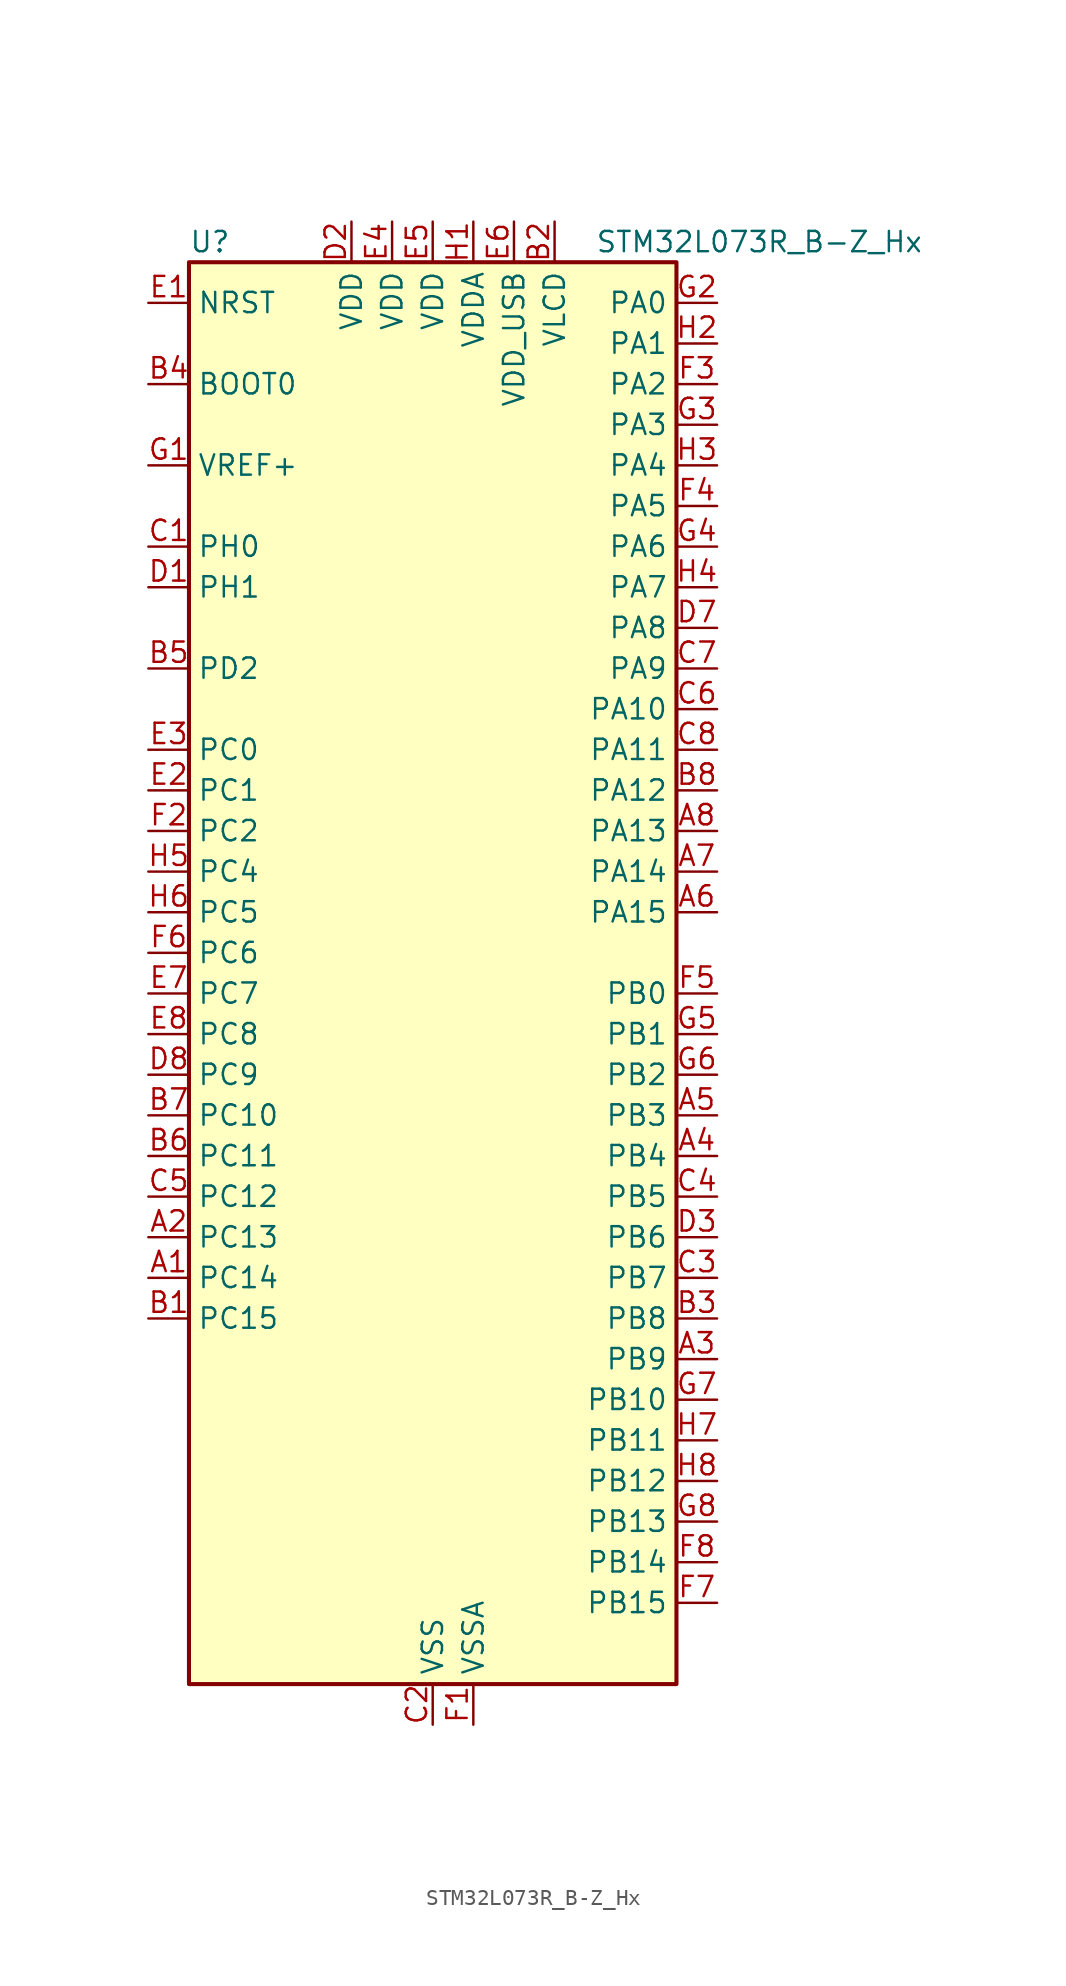
<source format=kicad_sym>
(kicad_symbol_lib
  (version 20231120)
  (generator "kicad_symbol_editor")
  (generator_version "8.0")
  (symbol "STM32L073R_B-Z_Hx"
    (property "Reference" "U"
      (at -15.24 46.99 0)
      (effects (font (size 1.27 1.27)) (justify left)))
    (property "Value" "STM32L073R_B-Z_Hx"
      (at 10.16 46.99 0)
      (effects (font (size 1.27 1.27)) (justify left)))
    (property "ki_locked" ""
      (at 0 0 0)
      (effects (font (size 1.27 1.27))))
    (symbol "STM32L073R_B-Z_Hx_0_1"
      (rectangle (start -15.24 -43.18) (end 15.24 45.72) (stroke (width 0.254) (type default)) (fill (type background))))
    (symbol "STM32L073R_B-Z_Hx_1_1"
      (pin bidirectional line (at -17.78 -17.78 0) (length 2.54) (name "PC14" (effects (font (size 1.27 1.27)))) (number "A1" (effects (font (size 1.27 1.27)))) (alternate "RCC_OSC32_IN" bidirectional line))
      (pin bidirectional line (at -17.78 -15.24 0) (length 2.54) (name "PC13" (effects (font (size 1.27 1.27)))) (number "A2" (effects (font (size 1.27 1.27)))) (alternate "RTC_OUT_ALARM" bidirectional line) (alternate "RTC_OUT_CALIB" bidirectional line) (alternate "RTC_TAMP1" bidirectional line) (alternate "RTC_TS" bidirectional line) (alternate "SYS_WKUP2" bidirectional line))
      (pin bidirectional line (at 17.78 -22.86 180) (length 2.54) (name "PB9" (effects (font (size 1.27 1.27)))) (number "A3" (effects (font (size 1.27 1.27)))) (alternate "DAC_EXTI9" bidirectional line) (alternate "I2C1_SDA" bidirectional line) (alternate "I2S2_WS" bidirectional line) (alternate "LCD_COM3" bidirectional line) (alternate "SPI2_NSS" bidirectional line))
      (pin bidirectional line (at 17.78 -10.16 180) (length 2.54) (name "PB4" (effects (font (size 1.27 1.27)))) (number "A4" (effects (font (size 1.27 1.27)))) (alternate "COMP2_INP" bidirectional line) (alternate "I2C3_SDA" bidirectional line) (alternate "LCD_SEG8" bidirectional line) (alternate "SPI1_MISO" bidirectional line) (alternate "TIM22_CH1" bidirectional line) (alternate "TIM3_CH1" bidirectional line) (alternate "TSC_G5_IO2" bidirectional line) (alternate "USART1_CTS" bidirectional line) (alternate "USART5_RX" bidirectional line))
      (pin bidirectional line (at 17.78 -7.62 180) (length 2.54) (name "PB3" (effects (font (size 1.27 1.27)))) (number "A5" (effects (font (size 1.27 1.27)))) (alternate "COMP2_INM" bidirectional line) (alternate "LCD_SEG7" bidirectional line) (alternate "SPI1_SCK" bidirectional line) (alternate "TIM2_CH2" bidirectional line) (alternate "TSC_G5_IO1" bidirectional line) (alternate "USART1_DE" bidirectional line) (alternate "USART1_RTS" bidirectional line) (alternate "USART5_TX" bidirectional line))
      (pin bidirectional line (at 17.78 5.08 180) (length 2.54) (name "PA15" (effects (font (size 1.27 1.27)))) (number "A6" (effects (font (size 1.27 1.27)))) (alternate "LCD_SEG17" bidirectional line) (alternate "SPI1_NSS" bidirectional line) (alternate "TIM2_CH1" bidirectional line) (alternate "TIM2_ETR" bidirectional line) (alternate "USART2_RX" bidirectional line) (alternate "USART4_DE" bidirectional line) (alternate "USART4_RTS" bidirectional line))
      (pin bidirectional line (at 17.78 7.62 180) (length 2.54) (name "PA14" (effects (font (size 1.27 1.27)))) (number "A7" (effects (font (size 1.27 1.27)))) (alternate "LPUART1_TX" bidirectional line) (alternate "SYS_SWCLK" bidirectional line) (alternate "USART2_TX" bidirectional line))
      (pin bidirectional line (at 17.78 10.16 180) (length 2.54) (name "PA13" (effects (font (size 1.27 1.27)))) (number "A8" (effects (font (size 1.27 1.27)))) (alternate "LPUART1_RX" bidirectional line) (alternate "SYS_SWDIO" bidirectional line) (alternate "USB_NOE" bidirectional line))
      (pin bidirectional line (at -17.78 -20.32 0) (length 2.54) (name "PC15" (effects (font (size 1.27 1.27)))) (number "B1" (effects (font (size 1.27 1.27)))) (alternate "RCC_OSC32_OUT" bidirectional line))
      (pin power_in line (at 7.62 48.26 270) (length 2.54) (name "VLCD" (effects (font (size 1.27 1.27)))) (number "B2" (effects (font (size 1.27 1.27)))))
      (pin bidirectional line (at 17.78 -20.32 180) (length 2.54) (name "PB8" (effects (font (size 1.27 1.27)))) (number "B3" (effects (font (size 1.27 1.27)))) (alternate "I2C1_SCL" bidirectional line) (alternate "LCD_SEG16" bidirectional line) (alternate "TSC_SYNC" bidirectional line))
      (pin input line (at -17.78 38.1 0) (length 2.54) (name "BOOT0" (effects (font (size 1.27 1.27)))) (number "B4" (effects (font (size 1.27 1.27)))))
      (pin bidirectional line (at -17.78 20.32 0) (length 2.54) (name "PD2" (effects (font (size 1.27 1.27)))) (number "B5" (effects (font (size 1.27 1.27)))) (alternate "LCD_COM7" bidirectional line) (alternate "LCD_SEG31" bidirectional line) (alternate "LPUART1_DE" bidirectional line) (alternate "LPUART1_RTS" bidirectional line) (alternate "TIM3_ETR" bidirectional line) (alternate "USART5_RX" bidirectional line))
      (pin bidirectional line (at -17.78 -10.16 0) (length 2.54) (name "PC11" (effects (font (size 1.27 1.27)))) (number "B6" (effects (font (size 1.27 1.27)))) (alternate "ADC_EXTI11" bidirectional line) (alternate "LCD_COM5" bidirectional line) (alternate "LCD_SEG29" bidirectional line) (alternate "LPUART1_RX" bidirectional line) (alternate "USART4_RX" bidirectional line))
      (pin bidirectional line (at -17.78 -7.62 0) (length 2.54) (name "PC10" (effects (font (size 1.27 1.27)))) (number "B7" (effects (font (size 1.27 1.27)))) (alternate "LCD_COM4" bidirectional line) (alternate "LCD_SEG28" bidirectional line) (alternate "LPUART1_TX" bidirectional line) (alternate "USART4_TX" bidirectional line))
      (pin bidirectional line (at 17.78 12.7 180) (length 2.54) (name "PA12" (effects (font (size 1.27 1.27)))) (number "B8" (effects (font (size 1.27 1.27)))) (alternate "COMP2_OUT" bidirectional line) (alternate "SPI1_MOSI" bidirectional line) (alternate "TSC_G4_IO4" bidirectional line) (alternate "USART1_DE" bidirectional line) (alternate "USART1_RTS" bidirectional line) (alternate "USB_DP" bidirectional line))
      (pin bidirectional line (at -17.78 27.94 0) (length 2.54) (name "PH0" (effects (font (size 1.27 1.27)))) (number "C1" (effects (font (size 1.27 1.27)))) (alternate "CRS_SYNC" bidirectional line) (alternate "RCC_OSC_IN" bidirectional line))
      (pin power_in line (at 0 -45.72 90) (length 2.54) (name "VSS" (effects (font (size 1.27 1.27)))) (number "C2" (effects (font (size 1.27 1.27)))))
      (pin bidirectional line (at 17.78 -17.78 180) (length 2.54) (name "PB7" (effects (font (size 1.27 1.27)))) (number "C3" (effects (font (size 1.27 1.27)))) (alternate "COMP2_INP" bidirectional line) (alternate "I2C1_SDA" bidirectional line) (alternate "LPTIM1_IN2" bidirectional line) (alternate "SYS_PVD_IN" bidirectional line) (alternate "TSC_G5_IO4" bidirectional line) (alternate "USART1_RX" bidirectional line) (alternate "USART4_CTS" bidirectional line))
      (pin bidirectional line (at 17.78 -12.7 180) (length 2.54) (name "PB5" (effects (font (size 1.27 1.27)))) (number "C4" (effects (font (size 1.27 1.27)))) (alternate "COMP2_INP" bidirectional line) (alternate "I2C1_SMBA" bidirectional line) (alternate "LCD_SEG9" bidirectional line) (alternate "LPTIM1_IN1" bidirectional line) (alternate "SPI1_MOSI" bidirectional line) (alternate "TIM22_CH2" bidirectional line) (alternate "TIM3_CH2" bidirectional line) (alternate "USART1_CK" bidirectional line) (alternate "USART5_CK" bidirectional line) (alternate "USART5_DE" bidirectional line) (alternate "USART5_RTS" bidirectional line))
      (pin bidirectional line (at -17.78 -12.7 0) (length 2.54) (name "PC12" (effects (font (size 1.27 1.27)))) (number "C5" (effects (font (size 1.27 1.27)))) (alternate "LCD_COM6" bidirectional line) (alternate "LCD_SEG30" bidirectional line) (alternate "USART4_CK" bidirectional line) (alternate "USART5_TX" bidirectional line))
      (pin bidirectional line (at 17.78 17.78 180) (length 2.54) (name "PA10" (effects (font (size 1.27 1.27)))) (number "C6" (effects (font (size 1.27 1.27)))) (alternate "I2C1_SDA" bidirectional line) (alternate "LCD_COM2" bidirectional line) (alternate "TSC_G4_IO2" bidirectional line) (alternate "USART1_RX" bidirectional line))
      (pin bidirectional line (at 17.78 20.32 180) (length 2.54) (name "PA9" (effects (font (size 1.27 1.27)))) (number "C7" (effects (font (size 1.27 1.27)))) (alternate "DAC_EXTI9" bidirectional line) (alternate "I2C1_SCL" bidirectional line) (alternate "I2C3_SMBA" bidirectional line) (alternate "LCD_COM1" bidirectional line) (alternate "RCC_MCO" bidirectional line) (alternate "TSC_G4_IO1" bidirectional line) (alternate "USART1_TX" bidirectional line))
      (pin bidirectional line (at 17.78 15.24 180) (length 2.54) (name "PA11" (effects (font (size 1.27 1.27)))) (number "C8" (effects (font (size 1.27 1.27)))) (alternate "ADC_EXTI11" bidirectional line) (alternate "COMP1_OUT" bidirectional line) (alternate "SPI1_MISO" bidirectional line) (alternate "TSC_G4_IO3" bidirectional line) (alternate "USART1_CTS" bidirectional line) (alternate "USB_DM" bidirectional line))
      (pin bidirectional line (at -17.78 25.4 0) (length 2.54) (name "PH1" (effects (font (size 1.27 1.27)))) (number "D1" (effects (font (size 1.27 1.27)))) (alternate "RCC_OSC_OUT" bidirectional line))
      (pin power_in line (at -5.08 48.26 270) (length 2.54) (name "VDD" (effects (font (size 1.27 1.27)))) (number "D2" (effects (font (size 1.27 1.27)))))
      (pin bidirectional line (at 17.78 -15.24 180) (length 2.54) (name "PB6" (effects (font (size 1.27 1.27)))) (number "D3" (effects (font (size 1.27 1.27)))) (alternate "COMP2_INP" bidirectional line) (alternate "I2C1_SCL" bidirectional line) (alternate "LPTIM1_ETR" bidirectional line) (alternate "TSC_G5_IO3" bidirectional line) (alternate "USART1_TX" bidirectional line))
      (pin passive line (at 0 -45.72 90) (length 2.54) hide (name "VSS" (effects (font (size 1.27 1.27)))) (number "D4" (effects (font (size 1.27 1.27)))))
      (pin passive line (at 0 -45.72 90) (length 2.54) hide (name "VSS" (effects (font (size 1.27 1.27)))) (number "D5" (effects (font (size 1.27 1.27)))))
      (pin passive line (at 0 -45.72 90) (length 2.54) hide (name "VSS" (effects (font (size 1.27 1.27)))) (number "D6" (effects (font (size 1.27 1.27)))))
      (pin bidirectional line (at 17.78 22.86 180) (length 2.54) (name "PA8" (effects (font (size 1.27 1.27)))) (number "D7" (effects (font (size 1.27 1.27)))) (alternate "CRS_SYNC" bidirectional line) (alternate "I2C3_SCL" bidirectional line) (alternate "LCD_COM0" bidirectional line) (alternate "RCC_MCO" bidirectional line) (alternate "USART1_CK" bidirectional line))
      (pin bidirectional line (at -17.78 -5.08 0) (length 2.54) (name "PC9" (effects (font (size 1.27 1.27)))) (number "D8" (effects (font (size 1.27 1.27)))) (alternate "DAC_EXTI9" bidirectional line) (alternate "I2C3_SDA" bidirectional line) (alternate "LCD_SEG27" bidirectional line) (alternate "TIM21_ETR" bidirectional line) (alternate "TIM3_CH4" bidirectional line) (alternate "TSC_G8_IO4" bidirectional line) (alternate "USB_NOE" bidirectional line))
      (pin input line (at -17.78 43.18 0) (length 2.54) (name "NRST" (effects (font (size 1.27 1.27)))) (number "E1" (effects (font (size 1.27 1.27)))))
      (pin bidirectional line (at -17.78 12.7 0) (length 2.54) (name "PC1" (effects (font (size 1.27 1.27)))) (number "E2" (effects (font (size 1.27 1.27)))) (alternate "ADC_IN11" bidirectional line) (alternate "I2C3_SDA" bidirectional line) (alternate "LCD_SEG19" bidirectional line) (alternate "LPTIM1_OUT" bidirectional line) (alternate "LPUART1_TX" bidirectional line) (alternate "TSC_G7_IO2" bidirectional line))
      (pin bidirectional line (at -17.78 15.24 0) (length 2.54) (name "PC0" (effects (font (size 1.27 1.27)))) (number "E3" (effects (font (size 1.27 1.27)))) (alternate "ADC_IN10" bidirectional line) (alternate "I2C3_SCL" bidirectional line) (alternate "LCD_SEG18" bidirectional line) (alternate "LPTIM1_IN1" bidirectional line) (alternate "LPUART1_RX" bidirectional line) (alternate "TSC_G7_IO1" bidirectional line))
      (pin power_in line (at -2.54 48.26 270) (length 2.54) (name "VDD" (effects (font (size 1.27 1.27)))) (number "E4" (effects (font (size 1.27 1.27)))))
      (pin power_in line (at 0 48.26 270) (length 2.54) (name "VDD" (effects (font (size 1.27 1.27)))) (number "E5" (effects (font (size 1.27 1.27)))))
      (pin power_in line (at 5.08 48.26 270) (length 2.54) (name "VDD_USB" (effects (font (size 1.27 1.27)))) (number "E6" (effects (font (size 1.27 1.27)))))
      (pin bidirectional line (at -17.78 0 0) (length 2.54) (name "PC7" (effects (font (size 1.27 1.27)))) (number "E7" (effects (font (size 1.27 1.27)))) (alternate "LCD_SEG25" bidirectional line) (alternate "TIM22_CH2" bidirectional line) (alternate "TIM3_CH2" bidirectional line) (alternate "TSC_G8_IO2" bidirectional line))
      (pin bidirectional line (at -17.78 -2.54 0) (length 2.54) (name "PC8" (effects (font (size 1.27 1.27)))) (number "E8" (effects (font (size 1.27 1.27)))) (alternate "LCD_SEG26" bidirectional line) (alternate "TIM22_ETR" bidirectional line) (alternate "TIM3_CH3" bidirectional line) (alternate "TSC_G8_IO3" bidirectional line))
      (pin power_in line (at 2.54 -45.72 90) (length 2.54) (name "VSSA" (effects (font (size 1.27 1.27)))) (number "F1" (effects (font (size 1.27 1.27)))))
      (pin bidirectional line (at -17.78 10.16 0) (length 2.54) (name "PC2" (effects (font (size 1.27 1.27)))) (number "F2" (effects (font (size 1.27 1.27)))) (alternate "ADC_IN12" bidirectional line) (alternate "I2S2_MCK" bidirectional line) (alternate "LCD_SEG20" bidirectional line) (alternate "LPTIM1_IN2" bidirectional line) (alternate "SPI2_MISO" bidirectional line) (alternate "TSC_G7_IO3" bidirectional line))
      (pin bidirectional line (at 17.78 38.1 180) (length 2.54) (name "PA2" (effects (font (size 1.27 1.27)))) (number "F3" (effects (font (size 1.27 1.27)))) (alternate "ADC_IN2" bidirectional line) (alternate "COMP2_INM" bidirectional line) (alternate "COMP2_OUT" bidirectional line) (alternate "LCD_SEG1" bidirectional line) (alternate "LPUART1_TX" bidirectional line) (alternate "TIM21_CH1" bidirectional line) (alternate "TIM2_CH3" bidirectional line) (alternate "TSC_G1_IO3" bidirectional line) (alternate "USART2_TX" bidirectional line))
      (pin bidirectional line (at 17.78 30.48 180) (length 2.54) (name "PA5" (effects (font (size 1.27 1.27)))) (number "F4" (effects (font (size 1.27 1.27)))) (alternate "ADC_IN5" bidirectional line) (alternate "COMP1_INM" bidirectional line) (alternate "COMP2_INM" bidirectional line) (alternate "DAC_OUT2" bidirectional line) (alternate "SPI1_SCK" bidirectional line) (alternate "TIM2_CH1" bidirectional line) (alternate "TIM2_ETR" bidirectional line) (alternate "TSC_G2_IO2" bidirectional line))
      (pin bidirectional line (at 17.78 0 180) (length 2.54) (name "PB0" (effects (font (size 1.27 1.27)))) (number "F5" (effects (font (size 1.27 1.27)))) (alternate "ADC_IN8" bidirectional line) (alternate "LCD_SEG5" bidirectional line) (alternate "LCD_VLCD3" bidirectional line) (alternate "SYS_VREF_OUT_PB0" bidirectional line) (alternate "TIM3_CH3" bidirectional line) (alternate "TSC_G3_IO2" bidirectional line))
      (pin bidirectional line (at -17.78 2.54 0) (length 2.54) (name "PC6" (effects (font (size 1.27 1.27)))) (number "F6" (effects (font (size 1.27 1.27)))) (alternate "LCD_SEG24" bidirectional line) (alternate "TIM22_CH1" bidirectional line) (alternate "TIM3_CH1" bidirectional line) (alternate "TSC_G8_IO1" bidirectional line))
      (pin bidirectional line (at 17.78 -38.1 180) (length 2.54) (name "PB15" (effects (font (size 1.27 1.27)))) (number "F7" (effects (font (size 1.27 1.27)))) (alternate "I2S2_SD" bidirectional line) (alternate "LCD_SEG15" bidirectional line) (alternate "RTC_REFIN" bidirectional line) (alternate "SPI2_MOSI" bidirectional line))
      (pin bidirectional line (at 17.78 -35.56 180) (length 2.54) (name "PB14" (effects (font (size 1.27 1.27)))) (number "F8" (effects (font (size 1.27 1.27)))) (alternate "I2C2_SDA" bidirectional line) (alternate "I2S2_MCK" bidirectional line) (alternate "LCD_SEG14" bidirectional line) (alternate "LPUART1_DE" bidirectional line) (alternate "LPUART1_RTS" bidirectional line) (alternate "RTC_OUT_ALARM" bidirectional line) (alternate "RTC_OUT_CALIB" bidirectional line) (alternate "SPI2_MISO" bidirectional line) (alternate "TIM21_CH2" bidirectional line) (alternate "TSC_G6_IO4" bidirectional line))
      (pin input line (at -17.78 33.02 0) (length 2.54) (name "VREF+" (effects (font (size 1.27 1.27)))) (number "G1" (effects (font (size 1.27 1.27)))))
      (pin bidirectional line (at 17.78 43.18 180) (length 2.54) (name "PA0" (effects (font (size 1.27 1.27)))) (number "G2" (effects (font (size 1.27 1.27)))) (alternate "ADC_IN0" bidirectional line) (alternate "COMP1_INM" bidirectional line) (alternate "COMP1_OUT" bidirectional line) (alternate "RTC_TAMP2" bidirectional line) (alternate "SYS_WKUP1" bidirectional line) (alternate "TIM2_CH1" bidirectional line) (alternate "TIM2_ETR" bidirectional line) (alternate "TSC_G1_IO1" bidirectional line) (alternate "USART2_CTS" bidirectional line) (alternate "USART4_TX" bidirectional line))
      (pin bidirectional line (at 17.78 35.56 180) (length 2.54) (name "PA3" (effects (font (size 1.27 1.27)))) (number "G3" (effects (font (size 1.27 1.27)))) (alternate "ADC_IN3" bidirectional line) (alternate "COMP2_INP" bidirectional line) (alternate "LCD_SEG2" bidirectional line) (alternate "LPUART1_RX" bidirectional line) (alternate "TIM21_CH2" bidirectional line) (alternate "TIM2_CH4" bidirectional line) (alternate "TSC_G1_IO4" bidirectional line) (alternate "USART2_RX" bidirectional line))
      (pin bidirectional line (at 17.78 27.94 180) (length 2.54) (name "PA6" (effects (font (size 1.27 1.27)))) (number "G4" (effects (font (size 1.27 1.27)))) (alternate "ADC_IN6" bidirectional line) (alternate "COMP1_OUT" bidirectional line) (alternate "LCD_SEG3" bidirectional line) (alternate "LPUART1_CTS" bidirectional line) (alternate "SPI1_MISO" bidirectional line) (alternate "TIM22_CH1" bidirectional line) (alternate "TIM3_CH1" bidirectional line) (alternate "TSC_G2_IO3" bidirectional line))
      (pin bidirectional line (at 17.78 -2.54 180) (length 2.54) (name "PB1" (effects (font (size 1.27 1.27)))) (number "G5" (effects (font (size 1.27 1.27)))) (alternate "ADC_IN9" bidirectional line) (alternate "LCD_SEG6" bidirectional line) (alternate "LPUART1_DE" bidirectional line) (alternate "LPUART1_RTS" bidirectional line) (alternate "SYS_VREF_OUT_PB1" bidirectional line) (alternate "TIM3_CH4" bidirectional line) (alternate "TSC_G3_IO3" bidirectional line))
      (pin bidirectional line (at 17.78 -5.08 180) (length 2.54) (name "PB2" (effects (font (size 1.27 1.27)))) (number "G6" (effects (font (size 1.27 1.27)))) (alternate "I2C3_SMBA" bidirectional line) (alternate "LCD_VLCD2" bidirectional line) (alternate "LPTIM1_OUT" bidirectional line) (alternate "TSC_G3_IO4" bidirectional line))
      (pin bidirectional line (at 17.78 -25.4 180) (length 2.54) (name "PB10" (effects (font (size 1.27 1.27)))) (number "G7" (effects (font (size 1.27 1.27)))) (alternate "I2C2_SCL" bidirectional line) (alternate "LCD_SEG10" bidirectional line) (alternate "LPUART1_RX" bidirectional line) (alternate "LPUART1_TX" bidirectional line) (alternate "SPI2_SCK" bidirectional line) (alternate "TIM2_CH3" bidirectional line) (alternate "TSC_SYNC" bidirectional line))
      (pin bidirectional line (at 17.78 -33.02 180) (length 2.54) (name "PB13" (effects (font (size 1.27 1.27)))) (number "G8" (effects (font (size 1.27 1.27)))) (alternate "I2C2_SCL" bidirectional line) (alternate "I2S2_CK" bidirectional line) (alternate "LCD_SEG13" bidirectional line) (alternate "LPUART1_CTS" bidirectional line) (alternate "RCC_MCO" bidirectional line) (alternate "SPI2_SCK" bidirectional line) (alternate "TIM21_CH1" bidirectional line) (alternate "TSC_G6_IO3" bidirectional line))
      (pin power_in line (at 2.54 48.26 270) (length 2.54) (name "VDDA" (effects (font (size 1.27 1.27)))) (number "H1" (effects (font (size 1.27 1.27)))))
      (pin bidirectional line (at 17.78 40.64 180) (length 2.54) (name "PA1" (effects (font (size 1.27 1.27)))) (number "H2" (effects (font (size 1.27 1.27)))) (alternate "ADC_IN1" bidirectional line) (alternate "COMP1_INP" bidirectional line) (alternate "LCD_SEG0" bidirectional line) (alternate "TIM21_ETR" bidirectional line) (alternate "TIM2_CH2" bidirectional line) (alternate "TSC_G1_IO2" bidirectional line) (alternate "USART2_DE" bidirectional line) (alternate "USART2_RTS" bidirectional line) (alternate "USART4_RX" bidirectional line))
      (pin bidirectional line (at 17.78 33.02 180) (length 2.54) (name "PA4" (effects (font (size 1.27 1.27)))) (number "H3" (effects (font (size 1.27 1.27)))) (alternate "ADC_IN4" bidirectional line) (alternate "COMP1_INM" bidirectional line) (alternate "COMP2_INM" bidirectional line) (alternate "DAC_OUT1" bidirectional line) (alternate "SPI1_NSS" bidirectional line) (alternate "TIM22_ETR" bidirectional line) (alternate "TSC_G2_IO1" bidirectional line) (alternate "USART2_CK" bidirectional line))
      (pin bidirectional line (at 17.78 25.4 180) (length 2.54) (name "PA7" (effects (font (size 1.27 1.27)))) (number "H4" (effects (font (size 1.27 1.27)))) (alternate "ADC_IN7" bidirectional line) (alternate "COMP2_OUT" bidirectional line) (alternate "LCD_SEG4" bidirectional line) (alternate "SPI1_MOSI" bidirectional line) (alternate "TIM22_CH2" bidirectional line) (alternate "TIM3_CH2" bidirectional line) (alternate "TSC_G2_IO4" bidirectional line))
      (pin bidirectional line (at -17.78 7.62 0) (length 2.54) (name "PC4" (effects (font (size 1.27 1.27)))) (number "H5" (effects (font (size 1.27 1.27)))) (alternate "ADC_IN14" bidirectional line) (alternate "LCD_SEG22" bidirectional line) (alternate "LPUART1_TX" bidirectional line))
      (pin bidirectional line (at -17.78 5.08 0) (length 2.54) (name "PC5" (effects (font (size 1.27 1.27)))) (number "H6" (effects (font (size 1.27 1.27)))) (alternate "ADC_IN15" bidirectional line) (alternate "LCD_SEG23" bidirectional line) (alternate "LPUART1_RX" bidirectional line) (alternate "TSC_G3_IO1" bidirectional line))
      (pin bidirectional line (at 17.78 -27.94 180) (length 2.54) (name "PB11" (effects (font (size 1.27 1.27)))) (number "H7" (effects (font (size 1.27 1.27)))) (alternate "ADC_EXTI11" bidirectional line) (alternate "I2C2_SDA" bidirectional line) (alternate "LCD_SEG11" bidirectional line) (alternate "LPUART1_RX" bidirectional line) (alternate "LPUART1_TX" bidirectional line) (alternate "TIM2_CH4" bidirectional line) (alternate "TSC_G6_IO1" bidirectional line))
      (pin bidirectional line (at 17.78 -30.48 180) (length 2.54) (name "PB12" (effects (font (size 1.27 1.27)))) (number "H8" (effects (font (size 1.27 1.27)))) (alternate "I2S2_WS" bidirectional line) (alternate "LCD_SEG12" bidirectional line) (alternate "LCD_VLCD2" bidirectional line) (alternate "LPUART1_DE" bidirectional line) (alternate "LPUART1_RTS" bidirectional line) (alternate "SPI2_NSS" bidirectional line) (alternate "TSC_G6_IO2" bidirectional line)))))
</source>
